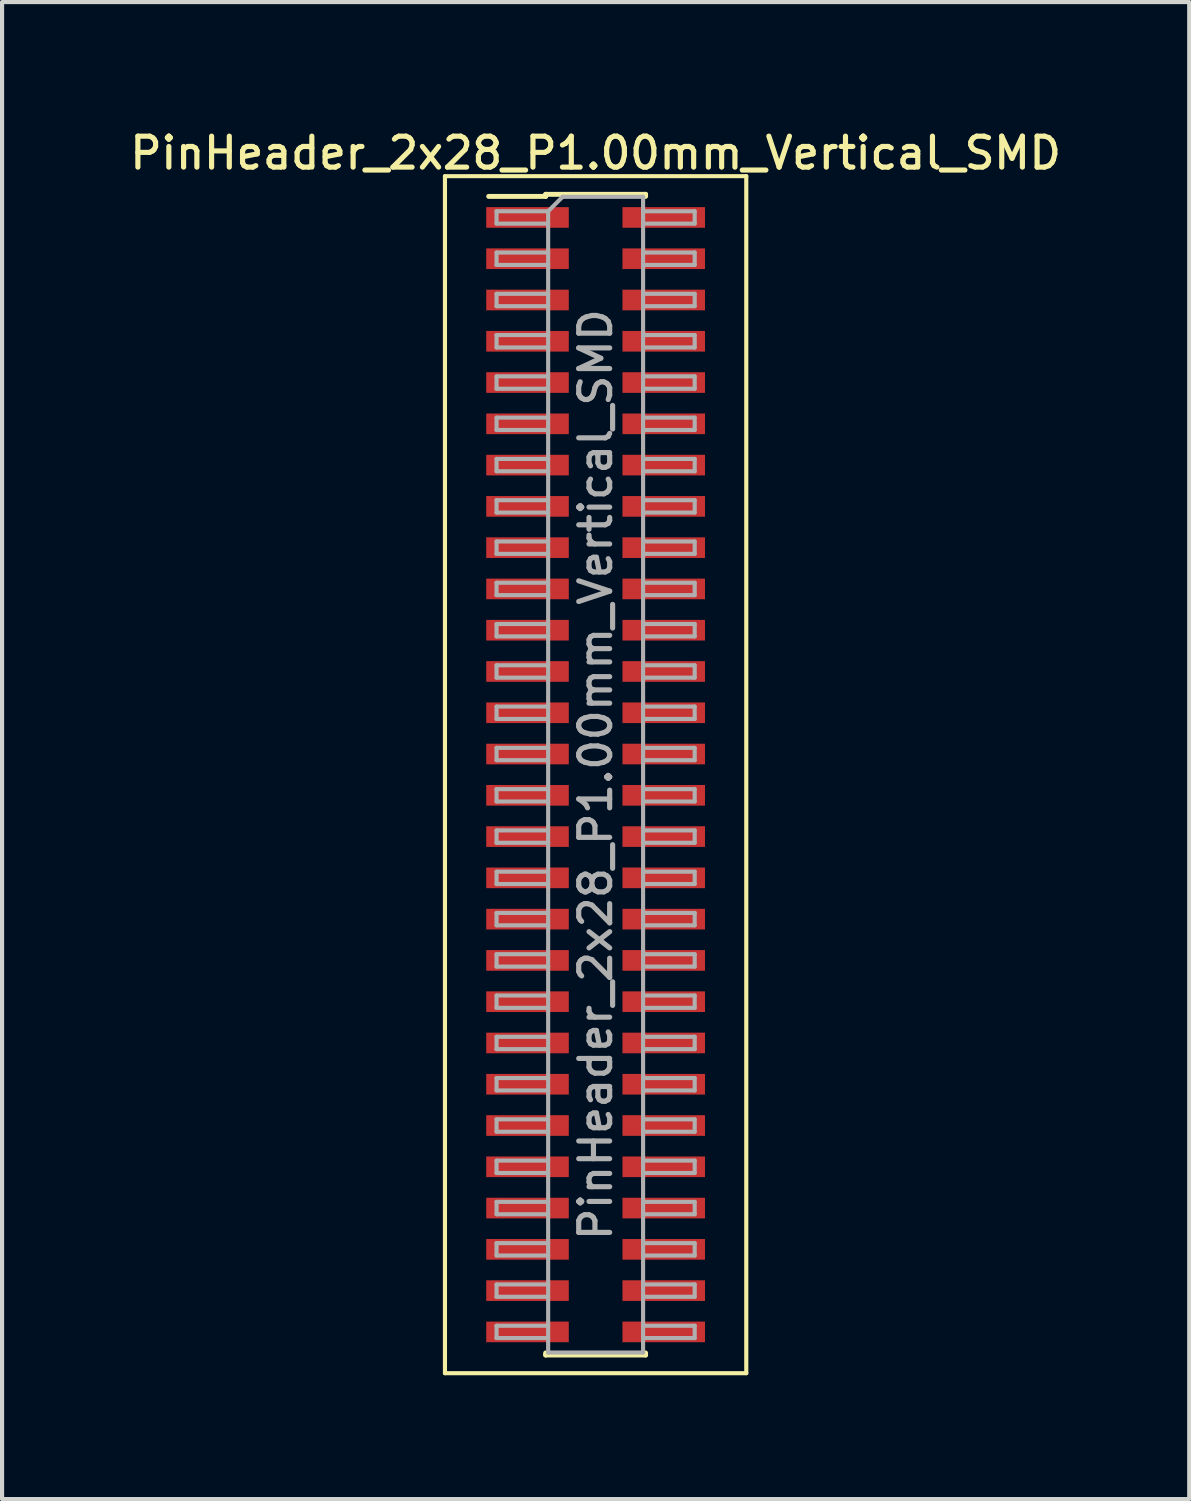
<source format=kicad_pcb>
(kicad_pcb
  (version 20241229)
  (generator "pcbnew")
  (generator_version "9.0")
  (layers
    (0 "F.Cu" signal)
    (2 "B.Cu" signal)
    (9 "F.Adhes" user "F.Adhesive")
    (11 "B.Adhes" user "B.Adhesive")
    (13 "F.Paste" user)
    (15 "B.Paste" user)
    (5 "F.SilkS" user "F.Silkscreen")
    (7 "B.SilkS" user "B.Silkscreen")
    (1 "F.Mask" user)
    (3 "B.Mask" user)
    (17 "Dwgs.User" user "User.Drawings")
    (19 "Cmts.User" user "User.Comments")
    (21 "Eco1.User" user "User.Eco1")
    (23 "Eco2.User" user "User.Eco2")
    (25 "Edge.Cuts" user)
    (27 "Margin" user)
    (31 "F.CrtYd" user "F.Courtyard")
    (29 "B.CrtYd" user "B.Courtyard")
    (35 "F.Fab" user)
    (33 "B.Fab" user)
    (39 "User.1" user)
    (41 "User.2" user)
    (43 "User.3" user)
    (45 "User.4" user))
  (footprint "PinHeader_2x28_P1.00mm_Vertical_SMD"
    (layer "F.Cu")
    (at 11.38 15.718)
    (property "Reference" "PinHeader_2x28_P1.00mm_Vertical_SMD" (at 0 -15.06 0) (layer "F.SilkS") (effects (font (size 0.75 0.75) (thickness 0.125))))
    (attr smd)
    (fp_line (start -3.65 -14.5) (end -3.65 14.5) (stroke (width 0.1) (type solid)) (layer "F.SilkS"))
    (fp_line (start -3.65 14.5) (end 3.65 14.5) (stroke (width 0.1) (type solid)) (layer "F.SilkS"))
    (fp_line (start -2.59 -14.01) (end -1.21 -14.01) (stroke (width 0.12) (type solid)) (layer "F.SilkS"))
    (fp_line (start -1.21 -14.06) (end -1.21 -14.01) (stroke (width 0.12) (type solid)) (layer "F.SilkS"))
    (fp_line (start -1.21 -14.06) (end 1.21 -14.06) (stroke (width 0.12) (type solid)) (layer "F.SilkS"))
    (fp_line (start -1.21 14.01) (end -1.21 14.06) (stroke (width 0.12) (type solid)) (layer "F.SilkS"))
    (fp_line (start -1.21 14.06) (end 1.21 14.06) (stroke (width 0.12) (type solid)) (layer "F.SilkS"))
    (fp_line (start 1.21 -14.06) (end 1.21 -14.01) (stroke (width 0.12) (type solid)) (layer "F.SilkS"))
    (fp_line (start 1.21 14.01) (end 1.21 14.06) (stroke (width 0.12) (type solid)) (layer "F.SilkS"))
    (fp_line (start 3.65 -14.5) (end -3.65 -14.5) (stroke (width 0.1) (type solid)) (layer "F.SilkS"))
    (fp_line (start 3.65 14.5) (end 3.65 -14.5) (stroke (width 0.1) (type solid)) (layer "F.SilkS"))
    (fp_line (start -2.4 -13.65) (end -2.4 -13.35) (stroke (width 0.1) (type solid)) (layer "F.Fab"))
    (fp_line (start -2.4 -13.35) (end -1.15 -13.35) (stroke (width 0.1) (type solid)) (layer "F.Fab"))
    (fp_line (start -2.4 -12.65) (end -2.4 -12.35) (stroke (width 0.1) (type solid)) (layer "F.Fab"))
    (fp_line (start -2.4 -12.35) (end -1.15 -12.35) (stroke (width 0.1) (type solid)) (layer "F.Fab"))
    (fp_line (start -2.4 -11.65) (end -2.4 -11.35) (stroke (width 0.1) (type solid)) (layer "F.Fab"))
    (fp_line (start -2.4 -11.35) (end -1.15 -11.35) (stroke (width 0.1) (type solid)) (layer "F.Fab"))
    (fp_line (start -2.4 -10.65) (end -2.4 -10.35) (stroke (width 0.1) (type solid)) (layer "F.Fab"))
    (fp_line (start -2.4 -10.35) (end -1.15 -10.35) (stroke (width 0.1) (type solid)) (layer "F.Fab"))
    (fp_line (start -2.4 -9.65) (end -2.4 -9.35) (stroke (width 0.1) (type solid)) (layer "F.Fab"))
    (fp_line (start -2.4 -9.35) (end -1.15 -9.35) (stroke (width 0.1) (type solid)) (layer "F.Fab"))
    (fp_line (start -2.4 -8.65) (end -2.4 -8.35) (stroke (width 0.1) (type solid)) (layer "F.Fab"))
    (fp_line (start -2.4 -8.35) (end -1.15 -8.35) (stroke (width 0.1) (type solid)) (layer "F.Fab"))
    (fp_line (start -2.4 -7.65) (end -2.4 -7.35) (stroke (width 0.1) (type solid)) (layer "F.Fab"))
    (fp_line (start -2.4 -7.35) (end -1.15 -7.35) (stroke (width 0.1) (type solid)) (layer "F.Fab"))
    (fp_line (start -2.4 -6.65) (end -2.4 -6.35) (stroke (width 0.1) (type solid)) (layer "F.Fab"))
    (fp_line (start -2.4 -6.35) (end -1.15 -6.35) (stroke (width 0.1) (type solid)) (layer "F.Fab"))
    (fp_line (start -2.4 -5.65) (end -2.4 -5.35) (stroke (width 0.1) (type solid)) (layer "F.Fab"))
    (fp_line (start -2.4 -5.35) (end -1.15 -5.35) (stroke (width 0.1) (type solid)) (layer "F.Fab"))
    (fp_line (start -2.4 -4.65) (end -2.4 -4.35) (stroke (width 0.1) (type solid)) (layer "F.Fab"))
    (fp_line (start -2.4 -4.35) (end -1.15 -4.35) (stroke (width 0.1) (type solid)) (layer "F.Fab"))
    (fp_line (start -2.4 -3.65) (end -2.4 -3.35) (stroke (width 0.1) (type solid)) (layer "F.Fab"))
    (fp_line (start -2.4 -3.35) (end -1.15 -3.35) (stroke (width 0.1) (type solid)) (layer "F.Fab"))
    (fp_line (start -2.4 -2.65) (end -2.4 -2.35) (stroke (width 0.1) (type solid)) (layer "F.Fab"))
    (fp_line (start -2.4 -2.35) (end -1.15 -2.35) (stroke (width 0.1) (type solid)) (layer "F.Fab"))
    (fp_line (start -2.4 -1.65) (end -2.4 -1.35) (stroke (width 0.1) (type solid)) (layer "F.Fab"))
    (fp_line (start -2.4 -1.35) (end -1.15 -1.35) (stroke (width 0.1) (type solid)) (layer "F.Fab"))
    (fp_line (start -2.4 -0.65) (end -2.4 -0.35) (stroke (width 0.1) (type solid)) (layer "F.Fab"))
    (fp_line (start -2.4 -0.35) (end -1.15 -0.35) (stroke (width 0.1) (type solid)) (layer "F.Fab"))
    (fp_line (start -2.4 0.35) (end -2.4 0.65) (stroke (width 0.1) (type solid)) (layer "F.Fab"))
    (fp_line (start -2.4 0.65) (end -1.15 0.65) (stroke (width 0.1) (type solid)) (layer "F.Fab"))
    (fp_line (start -2.4 1.35) (end -2.4 1.65) (stroke (width 0.1) (type solid)) (layer "F.Fab"))
    (fp_line (start -2.4 1.65) (end -1.15 1.65) (stroke (width 0.1) (type solid)) (layer "F.Fab"))
    (fp_line (start -2.4 2.35) (end -2.4 2.65) (stroke (width 0.1) (type solid)) (layer "F.Fab"))
    (fp_line (start -2.4 2.65) (end -1.15 2.65) (stroke (width 0.1) (type solid)) (layer "F.Fab"))
    (fp_line (start -2.4 3.35) (end -2.4 3.65) (stroke (width 0.1) (type solid)) (layer "F.Fab"))
    (fp_line (start -2.4 3.65) (end -1.15 3.65) (stroke (width 0.1) (type solid)) (layer "F.Fab"))
    (fp_line (start -2.4 4.35) (end -2.4 4.65) (stroke (width 0.1) (type solid)) (layer "F.Fab"))
    (fp_line (start -2.4 4.65) (end -1.15 4.65) (stroke (width 0.1) (type solid)) (layer "F.Fab"))
    (fp_line (start -2.4 5.35) (end -2.4 5.65) (stroke (width 0.1) (type solid)) (layer "F.Fab"))
    (fp_line (start -2.4 5.65) (end -1.15 5.65) (stroke (width 0.1) (type solid)) (layer "F.Fab"))
    (fp_line (start -2.4 6.35) (end -2.4 6.65) (stroke (width 0.1) (type solid)) (layer "F.Fab"))
    (fp_line (start -2.4 6.65) (end -1.15 6.65) (stroke (width 0.1) (type solid)) (layer "F.Fab"))
    (fp_line (start -2.4 7.35) (end -2.4 7.65) (stroke (width 0.1) (type solid)) (layer "F.Fab"))
    (fp_line (start -2.4 7.65) (end -1.15 7.65) (stroke (width 0.1) (type solid)) (layer "F.Fab"))
    (fp_line (start -2.4 8.35) (end -2.4 8.65) (stroke (width 0.1) (type solid)) (layer "F.Fab"))
    (fp_line (start -2.4 8.65) (end -1.15 8.65) (stroke (width 0.1) (type solid)) (layer "F.Fab"))
    (fp_line (start -2.4 9.35) (end -2.4 9.65) (stroke (width 0.1) (type solid)) (layer "F.Fab"))
    (fp_line (start -2.4 9.65) (end -1.15 9.65) (stroke (width 0.1) (type solid)) (layer "F.Fab"))
    (fp_line (start -2.4 10.35) (end -2.4 10.65) (stroke (width 0.1) (type solid)) (layer "F.Fab"))
    (fp_line (start -2.4 10.65) (end -1.15 10.65) (stroke (width 0.1) (type solid)) (layer "F.Fab"))
    (fp_line (start -2.4 11.35) (end -2.4 11.65) (stroke (width 0.1) (type solid)) (layer "F.Fab"))
    (fp_line (start -2.4 11.65) (end -1.15 11.65) (stroke (width 0.1) (type solid)) (layer "F.Fab"))
    (fp_line (start -2.4 12.35) (end -2.4 12.65) (stroke (width 0.1) (type solid)) (layer "F.Fab"))
    (fp_line (start -2.4 12.65) (end -1.15 12.65) (stroke (width 0.1) (type solid)) (layer "F.Fab"))
    (fp_line (start -2.4 13.35) (end -2.4 13.65) (stroke (width 0.1) (type solid)) (layer "F.Fab"))
    (fp_line (start -2.4 13.65) (end -1.15 13.65) (stroke (width 0.1) (type solid)) (layer "F.Fab"))
    (fp_line (start -1.15 -13.65) (end -2.4 -13.65) (stroke (width 0.1) (type solid)) (layer "F.Fab"))
    (fp_line (start -1.15 -13.65) (end -0.8 -14) (stroke (width 0.1) (type solid)) (layer "F.Fab"))
    (fp_line (start -1.15 -12.65) (end -2.4 -12.65) (stroke (width 0.1) (type solid)) (layer "F.Fab"))
    (fp_line (start -1.15 -11.65) (end -2.4 -11.65) (stroke (width 0.1) (type solid)) (layer "F.Fab"))
    (fp_line (start -1.15 -10.65) (end -2.4 -10.65) (stroke (width 0.1) (type solid)) (layer "F.Fab"))
    (fp_line (start -1.15 -9.65) (end -2.4 -9.65) (stroke (width 0.1) (type solid)) (layer "F.Fab"))
    (fp_line (start -1.15 -8.65) (end -2.4 -8.65) (stroke (width 0.1) (type solid)) (layer "F.Fab"))
    (fp_line (start -1.15 -7.65) (end -2.4 -7.65) (stroke (width 0.1) (type solid)) (layer "F.Fab"))
    (fp_line (start -1.15 -6.65) (end -2.4 -6.65) (stroke (width 0.1) (type solid)) (layer "F.Fab"))
    (fp_line (start -1.15 -5.65) (end -2.4 -5.65) (stroke (width 0.1) (type solid)) (layer "F.Fab"))
    (fp_line (start -1.15 -4.65) (end -2.4 -4.65) (stroke (width 0.1) (type solid)) (layer "F.Fab"))
    (fp_line (start -1.15 -3.65) (end -2.4 -3.65) (stroke (width 0.1) (type solid)) (layer "F.Fab"))
    (fp_line (start -1.15 -2.65) (end -2.4 -2.65) (stroke (width 0.1) (type solid)) (layer "F.Fab"))
    (fp_line (start -1.15 -1.65) (end -2.4 -1.65) (stroke (width 0.1) (type solid)) (layer "F.Fab"))
    (fp_line (start -1.15 -0.65) (end -2.4 -0.65) (stroke (width 0.1) (type solid)) (layer "F.Fab"))
    (fp_line (start -1.15 0.35) (end -2.4 0.35) (stroke (width 0.1) (type solid)) (layer "F.Fab"))
    (fp_line (start -1.15 1.35) (end -2.4 1.35) (stroke (width 0.1) (type solid)) (layer "F.Fab"))
    (fp_line (start -1.15 2.35) (end -2.4 2.35) (stroke (width 0.1) (type solid)) (layer "F.Fab"))
    (fp_line (start -1.15 3.35) (end -2.4 3.35) (stroke (width 0.1) (type solid)) (layer "F.Fab"))
    (fp_line (start -1.15 4.35) (end -2.4 4.35) (stroke (width 0.1) (type solid)) (layer "F.Fab"))
    (fp_line (start -1.15 5.35) (end -2.4 5.35) (stroke (width 0.1) (type solid)) (layer "F.Fab"))
    (fp_line (start -1.15 6.35) (end -2.4 6.35) (stroke (width 0.1) (type solid)) (layer "F.Fab"))
    (fp_line (start -1.15 7.35) (end -2.4 7.35) (stroke (width 0.1) (type solid)) (layer "F.Fab"))
    (fp_line (start -1.15 8.35) (end -2.4 8.35) (stroke (width 0.1) (type solid)) (layer "F.Fab"))
    (fp_line (start -1.15 9.35) (end -2.4 9.35) (stroke (width 0.1) (type solid)) (layer "F.Fab"))
    (fp_line (start -1.15 10.35) (end -2.4 10.35) (stroke (width 0.1) (type solid)) (layer "F.Fab"))
    (fp_line (start -1.15 11.35) (end -2.4 11.35) (stroke (width 0.1) (type solid)) (layer "F.Fab"))
    (fp_line (start -1.15 12.35) (end -2.4 12.35) (stroke (width 0.1) (type solid)) (layer "F.Fab"))
    (fp_line (start -1.15 13.35) (end -2.4 13.35) (stroke (width 0.1) (type solid)) (layer "F.Fab"))
    (fp_line (start -1.15 14) (end -1.15 -13.65) (stroke (width 0.1) (type solid)) (layer "F.Fab"))
    (fp_line (start -0.8 -14) (end 1.15 -14) (stroke (width 0.1) (type solid)) (layer "F.Fab"))
    (fp_line (start 1.15 -14) (end 1.15 14) (stroke (width 0.1) (type solid)) (layer "F.Fab"))
    (fp_line (start 1.15 -13.65) (end 2.4 -13.65) (stroke (width 0.1) (type solid)) (layer "F.Fab"))
    (fp_line (start 1.15 -12.65) (end 2.4 -12.65) (stroke (width 0.1) (type solid)) (layer "F.Fab"))
    (fp_line (start 1.15 -11.65) (end 2.4 -11.65) (stroke (width 0.1) (type solid)) (layer "F.Fab"))
    (fp_line (start 1.15 -10.65) (end 2.4 -10.65) (stroke (width 0.1) (type solid)) (layer "F.Fab"))
    (fp_line (start 1.15 -9.65) (end 2.4 -9.65) (stroke (width 0.1) (type solid)) (layer "F.Fab"))
    (fp_line (start 1.15 -8.65) (end 2.4 -8.65) (stroke (width 0.1) (type solid)) (layer "F.Fab"))
    (fp_line (start 1.15 -7.65) (end 2.4 -7.65) (stroke (width 0.1) (type solid)) (layer "F.Fab"))
    (fp_line (start 1.15 -6.65) (end 2.4 -6.65) (stroke (width 0.1) (type solid)) (layer "F.Fab"))
    (fp_line (start 1.15 -5.65) (end 2.4 -5.65) (stroke (width 0.1) (type solid)) (layer "F.Fab"))
    (fp_line (start 1.15 -4.65) (end 2.4 -4.65) (stroke (width 0.1) (type solid)) (layer "F.Fab"))
    (fp_line (start 1.15 -3.65) (end 2.4 -3.65) (stroke (width 0.1) (type solid)) (layer "F.Fab"))
    (fp_line (start 1.15 -2.65) (end 2.4 -2.65) (stroke (width 0.1) (type solid)) (layer "F.Fab"))
    (fp_line (start 1.15 -1.65) (end 2.4 -1.65) (stroke (width 0.1) (type solid)) (layer "F.Fab"))
    (fp_line (start 1.15 -0.65) (end 2.4 -0.65) (stroke (width 0.1) (type solid)) (layer "F.Fab"))
    (fp_line (start 1.15 0.35) (end 2.4 0.35) (stroke (width 0.1) (type solid)) (layer "F.Fab"))
    (fp_line (start 1.15 1.35) (end 2.4 1.35) (stroke (width 0.1) (type solid)) (layer "F.Fab"))
    (fp_line (start 1.15 2.35) (end 2.4 2.35) (stroke (width 0.1) (type solid)) (layer "F.Fab"))
    (fp_line (start 1.15 3.35) (end 2.4 3.35) (stroke (width 0.1) (type solid)) (layer "F.Fab"))
    (fp_line (start 1.15 4.35) (end 2.4 4.35) (stroke (width 0.1) (type solid)) (layer "F.Fab"))
    (fp_line (start 1.15 5.35) (end 2.4 5.35) (stroke (width 0.1) (type solid)) (layer "F.Fab"))
    (fp_line (start 1.15 6.35) (end 2.4 6.35) (stroke (width 0.1) (type solid)) (layer "F.Fab"))
    (fp_line (start 1.15 7.35) (end 2.4 7.35) (stroke (width 0.1) (type solid)) (layer "F.Fab"))
    (fp_line (start 1.15 8.35) (end 2.4 8.35) (stroke (width 0.1) (type solid)) (layer "F.Fab"))
    (fp_line (start 1.15 9.35) (end 2.4 9.35) (stroke (width 0.1) (type solid)) (layer "F.Fab"))
    (fp_line (start 1.15 10.35) (end 2.4 10.35) (stroke (width 0.1) (type solid)) (layer "F.Fab"))
    (fp_line (start 1.15 11.35) (end 2.4 11.35) (stroke (width 0.1) (type solid)) (layer "F.Fab"))
    (fp_line (start 1.15 12.35) (end 2.4 12.35) (stroke (width 0.1) (type solid)) (layer "F.Fab"))
    (fp_line (start 1.15 13.35) (end 2.4 13.35) (stroke (width 0.1) (type solid)) (layer "F.Fab"))
    (fp_line (start 1.15 14) (end -1.15 14) (stroke (width 0.1) (type solid)) (layer "F.Fab"))
    (fp_line (start 2.4 -13.65) (end 2.4 -13.35) (stroke (width 0.1) (type solid)) (layer "F.Fab"))
    (fp_line (start 2.4 -13.35) (end 1.15 -13.35) (stroke (width 0.1) (type solid)) (layer "F.Fab"))
    (fp_line (start 2.4 -12.65) (end 2.4 -12.35) (stroke (width 0.1) (type solid)) (layer "F.Fab"))
    (fp_line (start 2.4 -12.35) (end 1.15 -12.35) (stroke (width 0.1) (type solid)) (layer "F.Fab"))
    (fp_line (start 2.4 -11.65) (end 2.4 -11.35) (stroke (width 0.1) (type solid)) (layer "F.Fab"))
    (fp_line (start 2.4 -11.35) (end 1.15 -11.35) (stroke (width 0.1) (type solid)) (layer "F.Fab"))
    (fp_line (start 2.4 -10.65) (end 2.4 -10.35) (stroke (width 0.1) (type solid)) (layer "F.Fab"))
    (fp_line (start 2.4 -10.35) (end 1.15 -10.35) (stroke (width 0.1) (type solid)) (layer "F.Fab"))
    (fp_line (start 2.4 -9.65) (end 2.4 -9.35) (stroke (width 0.1) (type solid)) (layer "F.Fab"))
    (fp_line (start 2.4 -9.35) (end 1.15 -9.35) (stroke (width 0.1) (type solid)) (layer "F.Fab"))
    (fp_line (start 2.4 -8.65) (end 2.4 -8.35) (stroke (width 0.1) (type solid)) (layer "F.Fab"))
    (fp_line (start 2.4 -8.35) (end 1.15 -8.35) (stroke (width 0.1) (type solid)) (layer "F.Fab"))
    (fp_line (start 2.4 -7.65) (end 2.4 -7.35) (stroke (width 0.1) (type solid)) (layer "F.Fab"))
    (fp_line (start 2.4 -7.35) (end 1.15 -7.35) (stroke (width 0.1) (type solid)) (layer "F.Fab"))
    (fp_line (start 2.4 -6.65) (end 2.4 -6.35) (stroke (width 0.1) (type solid)) (layer "F.Fab"))
    (fp_line (start 2.4 -6.35) (end 1.15 -6.35) (stroke (width 0.1) (type solid)) (layer "F.Fab"))
    (fp_line (start 2.4 -5.65) (end 2.4 -5.35) (stroke (width 0.1) (type solid)) (layer "F.Fab"))
    (fp_line (start 2.4 -5.35) (end 1.15 -5.35) (stroke (width 0.1) (type solid)) (layer "F.Fab"))
    (fp_line (start 2.4 -4.65) (end 2.4 -4.35) (stroke (width 0.1) (type solid)) (layer "F.Fab"))
    (fp_line (start 2.4 -4.35) (end 1.15 -4.35) (stroke (width 0.1) (type solid)) (layer "F.Fab"))
    (fp_line (start 2.4 -3.65) (end 2.4 -3.35) (stroke (width 0.1) (type solid)) (layer "F.Fab"))
    (fp_line (start 2.4 -3.35) (end 1.15 -3.35) (stroke (width 0.1) (type solid)) (layer "F.Fab"))
    (fp_line (start 2.4 -2.65) (end 2.4 -2.35) (stroke (width 0.1) (type solid)) (layer "F.Fab"))
    (fp_line (start 2.4 -2.35) (end 1.15 -2.35) (stroke (width 0.1) (type solid)) (layer "F.Fab"))
    (fp_line (start 2.4 -1.65) (end 2.4 -1.35) (stroke (width 0.1) (type solid)) (layer "F.Fab"))
    (fp_line (start 2.4 -1.35) (end 1.15 -1.35) (stroke (width 0.1) (type solid)) (layer "F.Fab"))
    (fp_line (start 2.4 -0.65) (end 2.4 -0.35) (stroke (width 0.1) (type solid)) (layer "F.Fab"))
    (fp_line (start 2.4 -0.35) (end 1.15 -0.35) (stroke (width 0.1) (type solid)) (layer "F.Fab"))
    (fp_line (start 2.4 0.35) (end 2.4 0.65) (stroke (width 0.1) (type solid)) (layer "F.Fab"))
    (fp_line (start 2.4 0.65) (end 1.15 0.65) (stroke (width 0.1) (type solid)) (layer "F.Fab"))
    (fp_line (start 2.4 1.35) (end 2.4 1.65) (stroke (width 0.1) (type solid)) (layer "F.Fab"))
    (fp_line (start 2.4 1.65) (end 1.15 1.65) (stroke (width 0.1) (type solid)) (layer "F.Fab"))
    (fp_line (start 2.4 2.35) (end 2.4 2.65) (stroke (width 0.1) (type solid)) (layer "F.Fab"))
    (fp_line (start 2.4 2.65) (end 1.15 2.65) (stroke (width 0.1) (type solid)) (layer "F.Fab"))
    (fp_line (start 2.4 3.35) (end 2.4 3.65) (stroke (width 0.1) (type solid)) (layer "F.Fab"))
    (fp_line (start 2.4 3.65) (end 1.15 3.65) (stroke (width 0.1) (type solid)) (layer "F.Fab"))
    (fp_line (start 2.4 4.35) (end 2.4 4.65) (stroke (width 0.1) (type solid)) (layer "F.Fab"))
    (fp_line (start 2.4 4.65) (end 1.15 4.65) (stroke (width 0.1) (type solid)) (layer "F.Fab"))
    (fp_line (start 2.4 5.35) (end 2.4 5.65) (stroke (width 0.1) (type solid)) (layer "F.Fab"))
    (fp_line (start 2.4 5.65) (end 1.15 5.65) (stroke (width 0.1) (type solid)) (layer "F.Fab"))
    (fp_line (start 2.4 6.35) (end 2.4 6.65) (stroke (width 0.1) (type solid)) (layer "F.Fab"))
    (fp_line (start 2.4 6.65) (end 1.15 6.65) (stroke (width 0.1) (type solid)) (layer "F.Fab"))
    (fp_line (start 2.4 7.35) (end 2.4 7.65) (stroke (width 0.1) (type solid)) (layer "F.Fab"))
    (fp_line (start 2.4 7.65) (end 1.15 7.65) (stroke (width 0.1) (type solid)) (layer "F.Fab"))
    (fp_line (start 2.4 8.35) (end 2.4 8.65) (stroke (width 0.1) (type solid)) (layer "F.Fab"))
    (fp_line (start 2.4 8.65) (end 1.15 8.65) (stroke (width 0.1) (type solid)) (layer "F.Fab"))
    (fp_line (start 2.4 9.35) (end 2.4 9.65) (stroke (width 0.1) (type solid)) (layer "F.Fab"))
    (fp_line (start 2.4 9.65) (end 1.15 9.65) (stroke (width 0.1) (type solid)) (layer "F.Fab"))
    (fp_line (start 2.4 10.35) (end 2.4 10.65) (stroke (width 0.1) (type solid)) (layer "F.Fab"))
    (fp_line (start 2.4 10.65) (end 1.15 10.65) (stroke (width 0.1) (type solid)) (layer "F.Fab"))
    (fp_line (start 2.4 11.35) (end 2.4 11.65) (stroke (width 0.1) (type solid)) (layer "F.Fab"))
    (fp_line (start 2.4 11.65) (end 1.15 11.65) (stroke (width 0.1) (type solid)) (layer "F.Fab"))
    (fp_line (start 2.4 12.35) (end 2.4 12.65) (stroke (width 0.1) (type solid)) (layer "F.Fab"))
    (fp_line (start 2.4 12.65) (end 1.15 12.65) (stroke (width 0.1) (type solid)) (layer "F.Fab"))
    (fp_line (start 2.4 13.35) (end 2.4 13.65) (stroke (width 0.1) (type solid)) (layer "F.Fab"))
    (fp_line (start 2.4 13.65) (end 1.15 13.65) (stroke (width 0.1) (type solid)) (layer "F.Fab"))
    (fp_text user "${REFERENCE}" (at 0 0 90) (layer "F.Fab") (effects (font (size 0.75 0.75) (thickness 0.125))))
    (pad "1" smd rect (at -1.65 -13.5) (size 2 0.5) (layers "F.Cu" "F.Mask" "F.Paste"))
    (pad "2" smd rect (at 1.65 -13.5) (size 2 0.5) (layers "F.Cu" "F.Mask" "F.Paste"))
    (pad "3" smd rect (at -1.65 -12.5) (size 2 0.5) (layers "F.Cu" "F.Mask" "F.Paste"))
    (pad "4" smd rect (at 1.65 -12.5) (size 2 0.5) (layers "F.Cu" "F.Mask" "F.Paste"))
    (pad "5" smd rect (at -1.65 -11.5) (size 2 0.5) (layers "F.Cu" "F.Mask" "F.Paste"))
    (pad "6" smd rect (at 1.65 -11.5) (size 2 0.5) (layers "F.Cu" "F.Mask" "F.Paste"))
    (pad "7" smd rect (at -1.65 -10.5) (size 2 0.5) (layers "F.Cu" "F.Mask" "F.Paste"))
    (pad "8" smd rect (at 1.65 -10.5) (size 2 0.5) (layers "F.Cu" "F.Mask" "F.Paste"))
    (pad "9" smd rect (at -1.65 -9.5) (size 2 0.5) (layers "F.Cu" "F.Mask" "F.Paste"))
    (pad "10" smd rect (at 1.65 -9.5) (size 2 0.5) (layers "F.Cu" "F.Mask" "F.Paste"))
    (pad "11" smd rect (at -1.65 -8.5) (size 2 0.5) (layers "F.Cu" "F.Mask" "F.Paste"))
    (pad "12" smd rect (at 1.65 -8.5) (size 2 0.5) (layers "F.Cu" "F.Mask" "F.Paste"))
    (pad "13" smd rect (at -1.65 -7.5) (size 2 0.5) (layers "F.Cu" "F.Mask" "F.Paste"))
    (pad "14" smd rect (at 1.65 -7.5) (size 2 0.5) (layers "F.Cu" "F.Mask" "F.Paste"))
    (pad "15" smd rect (at -1.65 -6.5) (size 2 0.5) (layers "F.Cu" "F.Mask" "F.Paste"))
    (pad "16" smd rect (at 1.65 -6.5) (size 2 0.5) (layers "F.Cu" "F.Mask" "F.Paste"))
    (pad "17" smd rect (at -1.65 -5.5) (size 2 0.5) (layers "F.Cu" "F.Mask" "F.Paste"))
    (pad "18" smd rect (at 1.65 -5.5) (size 2 0.5) (layers "F.Cu" "F.Mask" "F.Paste"))
    (pad "19" smd rect (at -1.65 -4.5) (size 2 0.5) (layers "F.Cu" "F.Mask" "F.Paste"))
    (pad "20" smd rect (at 1.65 -4.5) (size 2 0.5) (layers "F.Cu" "F.Mask" "F.Paste"))
    (pad "21" smd rect (at -1.65 -3.5) (size 2 0.5) (layers "F.Cu" "F.Mask" "F.Paste"))
    (pad "22" smd rect (at 1.65 -3.5) (size 2 0.5) (layers "F.Cu" "F.Mask" "F.Paste"))
    (pad "23" smd rect (at -1.65 -2.5) (size 2 0.5) (layers "F.Cu" "F.Mask" "F.Paste"))
    (pad "24" smd rect (at 1.65 -2.5) (size 2 0.5) (layers "F.Cu" "F.Mask" "F.Paste"))
    (pad "25" smd rect (at -1.65 -1.5) (size 2 0.5) (layers "F.Cu" "F.Mask" "F.Paste"))
    (pad "26" smd rect (at 1.65 -1.5) (size 2 0.5) (layers "F.Cu" "F.Mask" "F.Paste"))
    (pad "27" smd rect (at -1.65 -0.5) (size 2 0.5) (layers "F.Cu" "F.Mask" "F.Paste"))
    (pad "28" smd rect (at 1.65 -0.5) (size 2 0.5) (layers "F.Cu" "F.Mask" "F.Paste"))
    (pad "29" smd rect (at -1.65 0.5) (size 2 0.5) (layers "F.Cu" "F.Mask" "F.Paste"))
    (pad "30" smd rect (at 1.65 0.5) (size 2 0.5) (layers "F.Cu" "F.Mask" "F.Paste"))
    (pad "31" smd rect (at -1.65 1.5) (size 2 0.5) (layers "F.Cu" "F.Mask" "F.Paste"))
    (pad "32" smd rect (at 1.65 1.5) (size 2 0.5) (layers "F.Cu" "F.Mask" "F.Paste"))
    (pad "33" smd rect (at -1.65 2.5) (size 2 0.5) (layers "F.Cu" "F.Mask" "F.Paste"))
    (pad "34" smd rect (at 1.65 2.5) (size 2 0.5) (layers "F.Cu" "F.Mask" "F.Paste"))
    (pad "35" smd rect (at -1.65 3.5) (size 2 0.5) (layers "F.Cu" "F.Mask" "F.Paste"))
    (pad "36" smd rect (at 1.65 3.5) (size 2 0.5) (layers "F.Cu" "F.Mask" "F.Paste"))
    (pad "37" smd rect (at -1.65 4.5) (size 2 0.5) (layers "F.Cu" "F.Mask" "F.Paste"))
    (pad "38" smd rect (at 1.65 4.5) (size 2 0.5) (layers "F.Cu" "F.Mask" "F.Paste"))
    (pad "39" smd rect (at -1.65 5.5) (size 2 0.5) (layers "F.Cu" "F.Mask" "F.Paste"))
    (pad "40" smd rect (at 1.65 5.5) (size 2 0.5) (layers "F.Cu" "F.Mask" "F.Paste"))
    (pad "41" smd rect (at -1.65 6.5) (size 2 0.5) (layers "F.Cu" "F.Mask" "F.Paste"))
    (pad "42" smd rect (at 1.65 6.5) (size 2 0.5) (layers "F.Cu" "F.Mask" "F.Paste"))
    (pad "43" smd rect (at -1.65 7.5) (size 2 0.5) (layers "F.Cu" "F.Mask" "F.Paste"))
    (pad "44" smd rect (at 1.65 7.5) (size 2 0.5) (layers "F.Cu" "F.Mask" "F.Paste"))
    (pad "45" smd rect (at -1.65 8.5) (size 2 0.5) (layers "F.Cu" "F.Mask" "F.Paste"))
    (pad "46" smd rect (at 1.65 8.5) (size 2 0.5) (layers "F.Cu" "F.Mask" "F.Paste"))
    (pad "47" smd rect (at -1.65 9.5) (size 2 0.5) (layers "F.Cu" "F.Mask" "F.Paste"))
    (pad "48" smd rect (at 1.65 9.5) (size 2 0.5) (layers "F.Cu" "F.Mask" "F.Paste"))
    (pad "49" smd rect (at -1.65 10.5) (size 2 0.5) (layers "F.Cu" "F.Mask" "F.Paste"))
    (pad "50" smd rect (at 1.65 10.5) (size 2 0.5) (layers "F.Cu" "F.Mask" "F.Paste"))
    (pad "51" smd rect (at -1.65 11.5) (size 2 0.5) (layers "F.Cu" "F.Mask" "F.Paste"))
    (pad "52" smd rect (at 1.65 11.5) (size 2 0.5) (layers "F.Cu" "F.Mask" "F.Paste"))
    (pad "53" smd rect (at -1.65 12.5) (size 2 0.5) (layers "F.Cu" "F.Mask" "F.Paste"))
    (pad "54" smd rect (at 1.65 12.5) (size 2 0.5) (layers "F.Cu" "F.Mask" "F.Paste"))
    (pad "55" smd rect (at -1.65 13.5) (size 2 0.5) (layers "F.Cu" "F.Mask" "F.Paste"))
    (pad "56" smd rect (at 1.65 13.5) (size 2 0.5) (layers "F.Cu" "F.Mask" "F.Paste")))
  (gr_rect
    (start -3 -3)
    (end 25.761 33.268)
    (stroke (width 0.1) (type default))
    (fill no)
    (layer "Edge.Cuts")))
</source>
